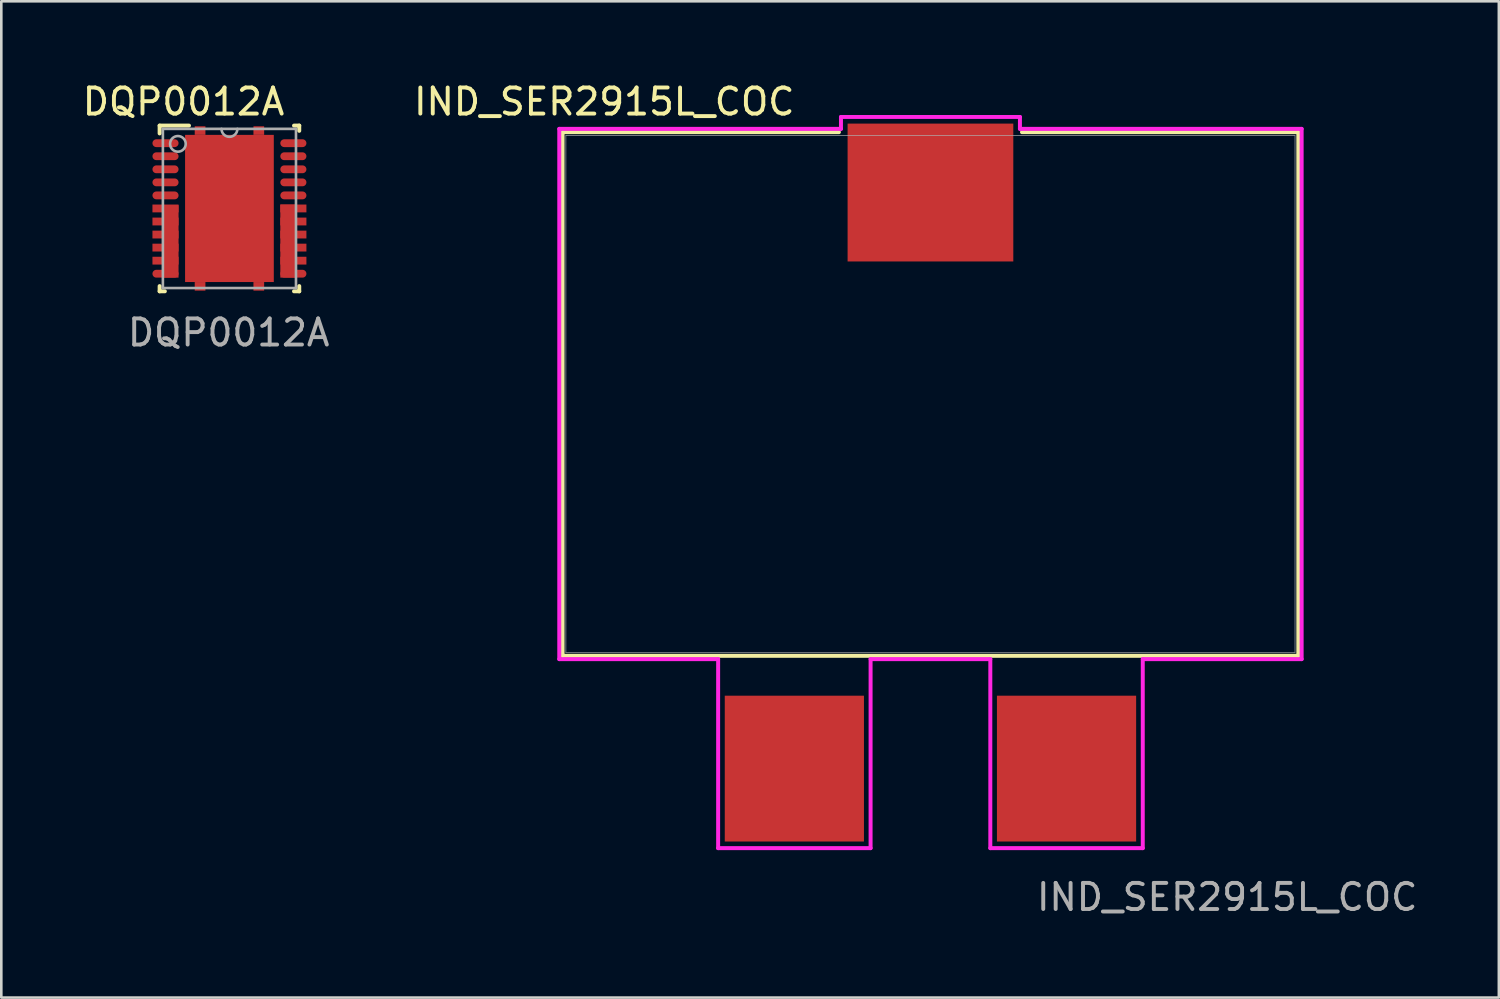
<source format=kicad_pcb>
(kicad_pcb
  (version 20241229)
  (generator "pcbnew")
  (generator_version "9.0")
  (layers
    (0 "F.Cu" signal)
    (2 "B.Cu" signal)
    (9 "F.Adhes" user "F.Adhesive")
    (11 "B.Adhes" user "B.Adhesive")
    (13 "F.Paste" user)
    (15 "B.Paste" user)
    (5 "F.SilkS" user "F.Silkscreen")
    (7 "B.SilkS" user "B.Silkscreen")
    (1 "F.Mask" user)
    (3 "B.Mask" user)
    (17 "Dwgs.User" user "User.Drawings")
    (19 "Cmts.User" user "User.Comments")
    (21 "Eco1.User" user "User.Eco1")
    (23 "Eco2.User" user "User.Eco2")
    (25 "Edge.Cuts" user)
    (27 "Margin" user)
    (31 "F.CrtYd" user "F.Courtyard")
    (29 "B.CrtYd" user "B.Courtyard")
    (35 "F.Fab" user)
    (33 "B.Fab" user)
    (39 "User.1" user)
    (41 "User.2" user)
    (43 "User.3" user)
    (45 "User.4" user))
  (footprint "DQP0012A"
    (layer "F.Cu")
    (at 5.742 4.938)
    (property "Reference" "DQP0012A" (at -1.76 -4.09 0) (unlocked yes) (layer "F.SilkS") (effects (font (size 1 1) (thickness 0.15))))
    (attr smd)
    (fp_poly (pts (xy -2.95 0.15) (xy -2.95 -0.15) (xy -1.95 -0.15) (xy -1.95 0.15)) (stroke (width 0) (type solid)) (fill yes) (layer "F.Cu"))
    (fp_poly (pts (xy -2.95 0.65) (xy -2.95 0.35) (xy -1.95 0.35) (xy -1.95 0.65)) (stroke (width 0) (type solid)) (fill yes) (layer "F.Cu"))
    (fp_poly (pts (xy -2.95 1.15) (xy -2.95 0.85) (xy -1.95 0.85) (xy -1.95 1.15)) (stroke (width 0) (type solid)) (fill yes) (layer "F.Cu"))
    (fp_poly (pts (xy -2.95 1.65) (xy -2.95 1.35) (xy -1.95 1.35) (xy -1.95 1.65)) (stroke (width 0) (type solid)) (fill yes) (layer "F.Cu"))
    (fp_poly (pts (xy -2.95 2.15) (xy -2.95 1.851) (xy -1.95 1.851) (xy -1.95 2.15)) (stroke (width 0) (type solid)) (fill yes) (layer "F.Cu"))
    (fp_poly (pts (xy -1.95 2.651) (xy -1.95 -0.125) (xy -2.525 -0.125) (xy -2.525 2.651)) (stroke (width 0) (type solid)) (fill yes) (layer "F.Cu"))
    (fp_poly (pts (xy -1.33 -2.82) (xy -0.92 -2.82) (xy -0.92 -3.149) (xy -1.33 -3.149)) (stroke (width 0) (type solid)) (fill yes) (layer "F.Cu"))
    (fp_poly (pts (xy -1.33 2.82) (xy -0.92 2.82) (xy -0.92 3.149) (xy -1.33 3.149)) (stroke (width 0) (type solid)) (fill yes) (layer "F.Cu"))
    (fp_poly (pts (xy 1.33 -2.82) (xy 0.92 -2.82) (xy 0.92 -3.149) (xy 1.33 -3.149)) (stroke (width 0) (type solid)) (fill yes) (layer "F.Cu"))
    (fp_poly (pts (xy 1.33 2.82) (xy 0.92 2.82) (xy 0.92 3.149) (xy 1.33 3.149)) (stroke (width 0) (type solid)) (fill yes) (layer "F.Cu"))
    (fp_poly (pts (xy 1.95 0.15) (xy 1.95 -0.15) (xy 2.95 -0.15) (xy 2.95 0.15)) (stroke (width 0) (type solid)) (fill yes) (layer "F.Cu"))
    (fp_poly (pts (xy 1.95 0.65) (xy 1.95 0.35) (xy 2.95 0.35) (xy 2.95 0.65)) (stroke (width 0) (type solid)) (fill yes) (layer "F.Cu"))
    (fp_poly (pts (xy 1.95 1.15) (xy 1.95 0.85) (xy 2.95 0.85) (xy 2.95 1.15)) (stroke (width 0) (type solid)) (fill yes) (layer "F.Cu"))
    (fp_poly (pts (xy 1.95 1.65) (xy 1.95 1.35) (xy 2.95 1.35) (xy 2.95 1.65)) (stroke (width 0) (type solid)) (fill yes) (layer "F.Cu"))
    (fp_poly (pts (xy 1.95 2.15) (xy 1.95 1.851) (xy 2.95 1.851) (xy 2.95 2.15)) (stroke (width 0) (type solid)) (fill yes) (layer "F.Cu"))
    (fp_poly (pts (xy 1.95 2.651) (xy 1.95 -0.15) (xy 2.525 -0.15) (xy 2.525 2.651)) (stroke (width 0) (type solid)) (fill yes) (layer "F.Cu"))
    (fp_line (start -2.675 -3.175) (end -1.55 -3.175) (stroke (width 0.152) (type solid)) (layer "F.SilkS"))
    (fp_line (start -2.675 -2.875) (end -2.675 -3.175) (stroke (width 0.152) (type solid)) (layer "F.SilkS"))
    (fp_line (start -2.675 3.175) (end -2.675 2.975) (stroke (width 0.152) (type solid)) (layer "F.SilkS"))
    (fp_line (start -2.675 3.175) (end -2.475 3.175) (stroke (width 0.152) (type solid)) (layer "F.SilkS"))
    (fp_line (start 2.475 -3.175) (end 2.675 -3.175) (stroke (width 0.152) (type solid)) (layer "F.SilkS"))
    (fp_line (start 2.475 3.175) (end 2.675 3.175) (stroke (width 0.152) (type solid)) (layer "F.SilkS"))
    (fp_line (start 2.675 -2.975) (end 2.675 -3.175) (stroke (width 0.152) (type solid)) (layer "F.SilkS"))
    (fp_line (start 2.675 3.175) (end 2.675 2.975) (stroke (width 0.152) (type solid)) (layer "F.SilkS"))
    (fp_poly (pts (xy -1.279 -2.87) (xy -0.971 -2.87) (xy -0.971 -3.099) (xy -1.279 -3.099)) (stroke (width 0) (type solid)) (fill yes) (layer "F.Paste"))
    (fp_poly (pts (xy -1.279 2.87) (xy -0.971 2.87) (xy -0.971 3.099) (xy -1.279 3.099)) (stroke (width 0) (type solid)) (fill yes) (layer "F.Paste"))
    (fp_poly (pts (xy -0.1 -2.72) (xy -1.6 -2.72) (xy -1.6 -1.51) (xy -0.1 -1.51)) (stroke (width 0) (type solid)) (fill yes) (layer "F.Paste"))
    (fp_poly (pts (xy -0.1 -1.31) (xy -1.6 -1.31) (xy -1.6 -0.1) (xy -0.1 -0.1)) (stroke (width 0) (type solid)) (fill yes) (layer "F.Paste"))
    (fp_poly (pts (xy -0.1 0.1) (xy -1.6 0.1) (xy -1.6 1.31) (xy -0.1 1.31)) (stroke (width 0) (type solid)) (fill yes) (layer "F.Paste"))
    (fp_poly (pts (xy -0.1 1.51) (xy -1.6 1.51) (xy -1.6 2.72) (xy -0.1 2.72)) (stroke (width 0) (type solid)) (fill yes) (layer "F.Paste"))
    (fp_poly (pts (xy 1.279 -2.87) (xy 0.971 -2.87) (xy 0.971 -3.099) (xy 1.279 -3.099)) (stroke (width 0) (type solid)) (fill yes) (layer "F.Paste"))
    (fp_poly (pts (xy 1.279 2.87) (xy 0.971 2.87) (xy 0.971 3.099) (xy 1.279 3.099)) (stroke (width 0) (type solid)) (fill yes) (layer "F.Paste"))
    (fp_poly (pts (xy 1.6 -2.72) (xy 0.1 -2.72) (xy 0.1 -1.51) (xy 1.6 -1.51)) (stroke (width 0) (type solid)) (fill yes) (layer "F.Paste"))
    (fp_poly (pts (xy 1.6 -1.31) (xy 0.1 -1.31) (xy 0.1 -0.1) (xy 1.6 -0.1)) (stroke (width 0) (type solid)) (fill yes) (layer "F.Paste"))
    (fp_poly (pts (xy 1.6 0.1) (xy 0.1 0.1) (xy 0.1 1.31) (xy 1.6 1.31)) (stroke (width 0) (type solid)) (fill yes) (layer "F.Paste"))
    (fp_poly (pts (xy 1.6 1.51) (xy 0.1 1.51) (xy 0.1 2.72) (xy 1.6 2.72)) (stroke (width 0) (type solid)) (fill yes) (layer "F.Paste"))
    (fp_line (start -2.55 -3.05) (end 2.55 -3.05) (stroke (width 0.1) (type solid)) (layer "F.Fab"))
    (fp_line (start -2.55 3.05) (end -2.55 -3.05) (stroke (width 0.1) (type solid)) (layer "F.Fab"))
    (fp_line (start -2.55 3.05) (end 2.55 3.05) (stroke (width 0.1) (type solid)) (layer "F.Fab"))
    (fp_line (start 2.55 3.05) (end 2.55 -3.05) (stroke (width 0.1) (type solid)) (layer "F.Fab"))
    (fp_arc (start 0.3048 -3.050032) (mid 0 -2.745232) (end -0.3048 -3.050032) (stroke (width 0.1) (type solid)) (layer "F.Fab"))
    (fp_circle (center -1.975 -2.475) (end -1.675 -2.475) (stroke (width 0.1) (type solid)) (fill no) (layer "F.Fab"))
    (fp_text user "${REFERENCE}" (at -0.03 4.76 0) (unlocked yes) (layer "F.Fab") (effects (font (size 1 1) (thickness 0.15))))
    (pad "1" smd oval (at -2.45 -2.501) (size 1 0.3) (layers "F.Cu" "F.Mask" "F.Paste"))
    (pad "2" smd oval (at -2.45 -2.001) (size 1 0.3) (layers "F.Cu" "F.Mask" "F.Paste"))
    (pad "3" smd oval (at -2.45 -1.5) (size 1 0.3) (layers "F.Cu" "F.Mask" "F.Paste"))
    (pad "4" smd oval (at -2.45 -1) (size 1 0.3) (layers "F.Cu" "F.Mask" "F.Paste"))
    (pad "5" smd oval (at -2.45 -0.5) (size 1 0.3) (layers "F.Cu" "F.Mask" "F.Paste"))
    (pad "6" smd oval (at -2.45 2.501) (size 1 0.3) (layers "F.Cu" "F.Mask" "F.Paste"))
    (pad "7" smd oval (at 2.45 2.501) (size 1 0.3) (layers "F.Cu" "F.Mask" "F.Paste"))
    (pad "8" smd oval (at 2.45 -0.5) (size 1 0.3) (layers "F.Cu" "F.Mask" "F.Paste"))
    (pad "9" smd oval (at 2.45 -1) (size 1 0.3) (layers "F.Cu" "F.Mask" "F.Paste"))
    (pad "10" smd oval (at 2.45 -1.5) (size 1 0.3) (layers "F.Cu" "F.Mask" "F.Paste"))
    (pad "11" smd oval (at 2.45 -2.001) (size 1 0.3) (layers "F.Cu" "F.Mask" "F.Paste"))
    (pad "12" smd oval (at 2.45 -2.501) (size 1 0.3) (layers "F.Cu" "F.Mask" "F.Paste"))
    (pad "13" smd rect (at 0 0) (size 3.4 5.639) (layers "F.Cu" "F.Mask")))
  (footprint "IND_SER2915L_COC"
    (layer "F.Cu")
    (at 32.605 12.048)
    (property "Reference" "IND_SER2915L_COC" (at -12.5 -11.2 0) (unlocked yes) (layer "F.SilkS") (effects (font (size 1 1) (thickness 0.15))))
    (attr smd)
    (fp_line (start -14.097 -10.033) (end -14.097 10.033) (stroke (width 0.152) (type solid)) (layer "F.SilkS"))
    (fp_line (start -14.097 10.033) (end 14.097 10.033) (stroke (width 0.152) (type solid)) (layer "F.SilkS"))
    (fp_line (start -3.508 -10.033) (end -14.097 -10.033) (stroke (width 0.152) (type solid)) (layer "F.SilkS"))
    (fp_line (start 14.097 -10.033) (end 3.508 -10.033) (stroke (width 0.152) (type solid)) (layer "F.SilkS"))
    (fp_line (start 14.097 10.033) (end 14.097 -10.033) (stroke (width 0.152) (type solid)) (layer "F.SilkS"))
    (fp_line (start -14.224 -10.16) (end -14.224 10.16) (stroke (width 0.152) (type solid)) (layer "F.CrtYd"))
    (fp_line (start -14.224 10.16) (end -8.136 10.16) (stroke (width 0.152) (type solid)) (layer "F.CrtYd"))
    (fp_line (start -8.136 10.16) (end -8.136 17.403) (stroke (width 0.152) (type solid)) (layer "F.CrtYd"))
    (fp_line (start -8.136 17.403) (end -2.294 17.403) (stroke (width 0.152) (type solid)) (layer "F.CrtYd"))
    (fp_line (start -3.429 -10.616) (end -3.429 -10.16) (stroke (width 0.152) (type solid)) (layer "F.CrtYd"))
    (fp_line (start -3.429 -10.16) (end -14.224 -10.16) (stroke (width 0.152) (type solid)) (layer "F.CrtYd"))
    (fp_line (start -2.294 10.16) (end 2.294 10.16) (stroke (width 0.152) (type solid)) (layer "F.CrtYd"))
    (fp_line (start -2.294 17.403) (end -2.294 10.16) (stroke (width 0.152) (type solid)) (layer "F.CrtYd"))
    (fp_line (start 2.294 10.16) (end 2.294 17.403) (stroke (width 0.152) (type solid)) (layer "F.CrtYd"))
    (fp_line (start 2.294 17.403) (end 8.136 17.403) (stroke (width 0.152) (type solid)) (layer "F.CrtYd"))
    (fp_line (start 3.429 -10.616) (end -3.429 -10.616) (stroke (width 0.152) (type solid)) (layer "F.CrtYd"))
    (fp_line (start 3.429 -10.16) (end 3.429 -10.616) (stroke (width 0.152) (type solid)) (layer "F.CrtYd"))
    (fp_line (start 8.136 10.16) (end 14.224 10.16) (stroke (width 0.152) (type solid)) (layer "F.CrtYd"))
    (fp_line (start 8.136 17.403) (end 8.136 10.16) (stroke (width 0.152) (type solid)) (layer "F.CrtYd"))
    (fp_line (start 14.224 -10.16) (end 3.429 -10.16) (stroke (width 0.152) (type solid)) (layer "F.CrtYd"))
    (fp_line (start 14.224 10.16) (end 14.224 -10.16) (stroke (width 0.152) (type solid)) (layer "F.CrtYd"))
    (fp_line (start -13.97 -9.906) (end -13.97 9.906) (stroke (width 0.025) (type solid)) (layer "F.Fab"))
    (fp_line (start -13.97 9.906) (end 13.97 9.906) (stroke (width 0.025) (type solid)) (layer "F.Fab"))
    (fp_line (start 13.97 -9.906) (end -13.97 -9.906) (stroke (width 0.025) (type solid)) (layer "F.Fab"))
    (fp_line (start 13.97 9.906) (end 13.97 -9.906) (stroke (width 0.025) (type solid)) (layer "F.Fab"))
    (fp_text user "${REFERENCE}" (at 11.37 19.28 0) (unlocked yes) (layer "F.Fab") (effects (font (size 1 1) (thickness 0.15))))
    (pad "1" smd rect (at -5.215 14.355) (size 5.334 5.588) (layers "F.Cu" "F.Mask" "F.Paste"))
    (pad "2" smd rect (at 5.215 14.355) (size 5.334 5.588) (layers "F.Cu" "F.Mask" "F.Paste"))
    (pad "3" smd rect (at 0 -7.72) (size 6.35 5.283) (layers "F.Cu" "F.Mask" "F.Paste")))
  (gr_rect
    (start -3 -3)
    (end 54.386 35.176)
    (stroke (width 0.1) (type default))
    (fill no)
    (layer "Edge.Cuts")))
</source>
